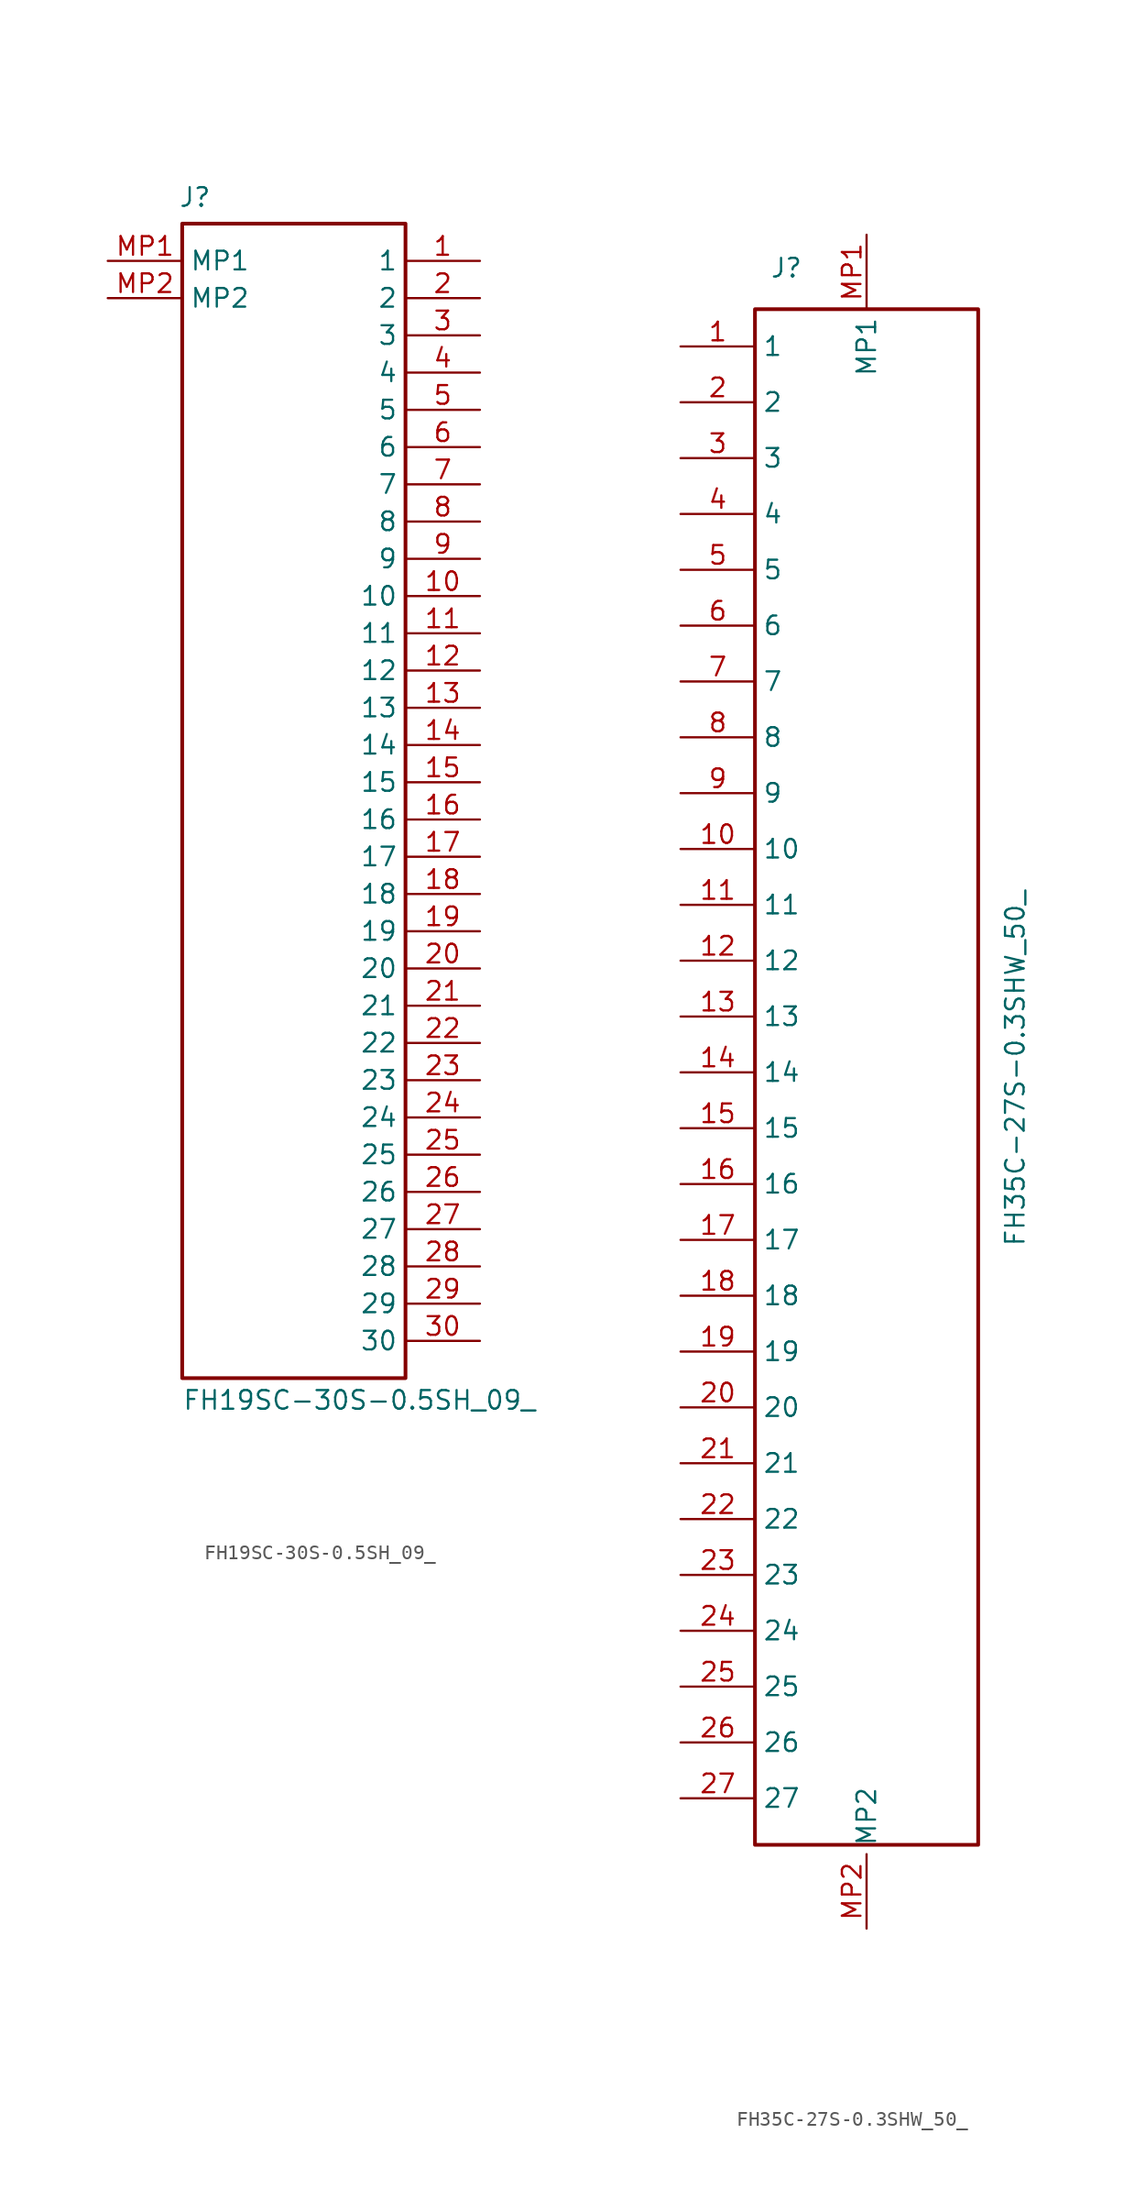
<source format=kicad_sym>
(kicad_symbol_lib
  (version 20241209)
  (generator "kicad_symbol_editor")
  (generator_version "9.0")
  (symbol "FH19SC-30S-0.5SH_09_"
    (property "Reference" "J"
      (at -7.874 41.91 0)
      (effects (font (size 1.27 1.27)) (justify left top)))
    (property "Value" "FH19SC-30S-0.5SH_09_"
      (at -7.62 -40.132 0)
      (effects (font (size 1.27 1.27)) (justify left top)))
    (symbol "FH19SC-30S-0.5SH_09__1_1"
      (rectangle (start -7.62 39.37) (end 7.62 -39.37) (stroke (width 0.254) (type default)) (fill (type none)))
      (pin passive line (at -12.7 36.83 0) (length 5.08) (name "MP1" (effects (font (size 1.27 1.27)))) (number "MP1" (effects (font (size 1.27 1.27)))))
      (pin passive line (at -12.7 34.29 0) (length 5.08) (name "MP2" (effects (font (size 1.27 1.27)))) (number "MP2" (effects (font (size 1.27 1.27)))))
      (pin passive line (at 12.7 36.83 180) (length 5.08) (name "1" (effects (font (size 1.27 1.27)))) (number "1" (effects (font (size 1.27 1.27)))))
      (pin passive line (at 12.7 34.29 180) (length 5.08) (name "2" (effects (font (size 1.27 1.27)))) (number "2" (effects (font (size 1.27 1.27)))))
      (pin passive line (at 12.7 31.75 180) (length 5.08) (name "3" (effects (font (size 1.27 1.27)))) (number "3" (effects (font (size 1.27 1.27)))))
      (pin passive line (at 12.7 29.21 180) (length 5.08) (name "4" (effects (font (size 1.27 1.27)))) (number "4" (effects (font (size 1.27 1.27)))))
      (pin passive line (at 12.7 26.67 180) (length 5.08) (name "5" (effects (font (size 1.27 1.27)))) (number "5" (effects (font (size 1.27 1.27)))))
      (pin passive line (at 12.7 24.13 180) (length 5.08) (name "6" (effects (font (size 1.27 1.27)))) (number "6" (effects (font (size 1.27 1.27)))))
      (pin passive line (at 12.7 21.59 180) (length 5.08) (name "7" (effects (font (size 1.27 1.27)))) (number "7" (effects (font (size 1.27 1.27)))))
      (pin passive line (at 12.7 19.05 180) (length 5.08) (name "8" (effects (font (size 1.27 1.27)))) (number "8" (effects (font (size 1.27 1.27)))))
      (pin passive line (at 12.7 16.51 180) (length 5.08) (name "9" (effects (font (size 1.27 1.27)))) (number "9" (effects (font (size 1.27 1.27)))))
      (pin passive line (at 12.7 13.97 180) (length 5.08) (name "10" (effects (font (size 1.27 1.27)))) (number "10" (effects (font (size 1.27 1.27)))))
      (pin passive line (at 12.7 11.43 180) (length 5.08) (name "11" (effects (font (size 1.27 1.27)))) (number "11" (effects (font (size 1.27 1.27)))))
      (pin passive line (at 12.7 8.89 180) (length 5.08) (name "12" (effects (font (size 1.27 1.27)))) (number "12" (effects (font (size 1.27 1.27)))))
      (pin passive line (at 12.7 6.35 180) (length 5.08) (name "13" (effects (font (size 1.27 1.27)))) (number "13" (effects (font (size 1.27 1.27)))))
      (pin passive line (at 12.7 3.81 180) (length 5.08) (name "14" (effects (font (size 1.27 1.27)))) (number "14" (effects (font (size 1.27 1.27)))))
      (pin passive line (at 12.7 1.27 180) (length 5.08) (name "15" (effects (font (size 1.27 1.27)))) (number "15" (effects (font (size 1.27 1.27)))))
      (pin passive line (at 12.7 -1.27 180) (length 5.08) (name "16" (effects (font (size 1.27 1.27)))) (number "16" (effects (font (size 1.27 1.27)))))
      (pin passive line (at 12.7 -3.81 180) (length 5.08) (name "17" (effects (font (size 1.27 1.27)))) (number "17" (effects (font (size 1.27 1.27)))))
      (pin passive line (at 12.7 -6.35 180) (length 5.08) (name "18" (effects (font (size 1.27 1.27)))) (number "18" (effects (font (size 1.27 1.27)))))
      (pin passive line (at 12.7 -8.89 180) (length 5.08) (name "19" (effects (font (size 1.27 1.27)))) (number "19" (effects (font (size 1.27 1.27)))))
      (pin passive line (at 12.7 -11.43 180) (length 5.08) (name "20" (effects (font (size 1.27 1.27)))) (number "20" (effects (font (size 1.27 1.27)))))
      (pin passive line (at 12.7 -13.97 180) (length 5.08) (name "21" (effects (font (size 1.27 1.27)))) (number "21" (effects (font (size 1.27 1.27)))))
      (pin passive line (at 12.7 -16.51 180) (length 5.08) (name "22" (effects (font (size 1.27 1.27)))) (number "22" (effects (font (size 1.27 1.27)))))
      (pin passive line (at 12.7 -19.05 180) (length 5.08) (name "23" (effects (font (size 1.27 1.27)))) (number "23" (effects (font (size 1.27 1.27)))))
      (pin passive line (at 12.7 -21.59 180) (length 5.08) (name "24" (effects (font (size 1.27 1.27)))) (number "24" (effects (font (size 1.27 1.27)))))
      (pin passive line (at 12.7 -24.13 180) (length 5.08) (name "25" (effects (font (size 1.27 1.27)))) (number "25" (effects (font (size 1.27 1.27)))))
      (pin passive line (at 12.7 -26.67 180) (length 5.08) (name "26" (effects (font (size 1.27 1.27)))) (number "26" (effects (font (size 1.27 1.27)))))
      (pin passive line (at 12.7 -29.21 180) (length 5.08) (name "27" (effects (font (size 1.27 1.27)))) (number "27" (effects (font (size 1.27 1.27)))))
      (pin passive line (at 12.7 -31.75 180) (length 5.08) (name "28" (effects (font (size 1.27 1.27)))) (number "28" (effects (font (size 1.27 1.27)))))
      (pin passive line (at 12.7 -34.29 180) (length 5.08) (name "29" (effects (font (size 1.27 1.27)))) (number "29" (effects (font (size 1.27 1.27)))))
      (pin passive line (at 12.7 -36.83 180) (length 5.08) (name "30" (effects (font (size 1.27 1.27)))) (number "30" (effects (font (size 1.27 1.27)))))))
  (symbol "FH35C-27S-0.3SHW_50_"
    (property "Reference" "J"
      (at -6.604 55.626 0)
      (effects (font (size 1.27 1.27)) (justify left top)))
    (property "Value" "FH35C-27S-0.3SHW_50_"
      (at 9.398 -11.938 90)
      (effects (font (size 1.27 1.27)) (justify left top)))
    (symbol "FH35C-27S-0.3SHW_50__1_1"
      (rectangle (start -7.62 52.07) (end 7.62 -52.705) (stroke (width 0.254) (type default)) (fill (type none)))
      (pin passive line (at -12.7 49.53 0) (length 5.08) (name "1" (effects (font (size 1.27 1.27)))) (number "1" (effects (font (size 1.27 1.27)))))
      (pin passive line (at -12.7 45.72 0) (length 5.08) (name "2" (effects (font (size 1.27 1.27)))) (number "2" (effects (font (size 1.27 1.27)))))
      (pin passive line (at -12.7 41.91 0) (length 5.08) (name "3" (effects (font (size 1.27 1.27)))) (number "3" (effects (font (size 1.27 1.27)))))
      (pin passive line (at -12.7 38.1 0) (length 5.08) (name "4" (effects (font (size 1.27 1.27)))) (number "4" (effects (font (size 1.27 1.27)))))
      (pin passive line (at -12.7 34.29 0) (length 5.08) (name "5" (effects (font (size 1.27 1.27)))) (number "5" (effects (font (size 1.27 1.27)))))
      (pin passive line (at -12.7 30.48 0) (length 5.08) (name "6" (effects (font (size 1.27 1.27)))) (number "6" (effects (font (size 1.27 1.27)))))
      (pin passive line (at -12.7 26.67 0) (length 5.08) (name "7" (effects (font (size 1.27 1.27)))) (number "7" (effects (font (size 1.27 1.27)))))
      (pin passive line (at -12.7 22.86 0) (length 5.08) (name "8" (effects (font (size 1.27 1.27)))) (number "8" (effects (font (size 1.27 1.27)))))
      (pin passive line (at -12.7 19.05 0) (length 5.08) (name "9" (effects (font (size 1.27 1.27)))) (number "9" (effects (font (size 1.27 1.27)))))
      (pin passive line (at -12.7 15.24 0) (length 5.08) (name "10" (effects (font (size 1.27 1.27)))) (number "10" (effects (font (size 1.27 1.27)))))
      (pin passive line (at -12.7 11.43 0) (length 5.08) (name "11" (effects (font (size 1.27 1.27)))) (number "11" (effects (font (size 1.27 1.27)))))
      (pin passive line (at -12.7 7.62 0) (length 5.08) (name "12" (effects (font (size 1.27 1.27)))) (number "12" (effects (font (size 1.27 1.27)))))
      (pin passive line (at -12.7 3.81 0) (length 5.08) (name "13" (effects (font (size 1.27 1.27)))) (number "13" (effects (font (size 1.27 1.27)))))
      (pin passive line (at -12.7 0 0) (length 5.08) (name "14" (effects (font (size 1.27 1.27)))) (number "14" (effects (font (size 1.27 1.27)))))
      (pin passive line (at -12.7 -3.81 0) (length 5.08) (name "15" (effects (font (size 1.27 1.27)))) (number "15" (effects (font (size 1.27 1.27)))))
      (pin passive line (at -12.7 -7.62 0) (length 5.08) (name "16" (effects (font (size 1.27 1.27)))) (number "16" (effects (font (size 1.27 1.27)))))
      (pin passive line (at -12.7 -11.43 0) (length 5.08) (name "17" (effects (font (size 1.27 1.27)))) (number "17" (effects (font (size 1.27 1.27)))))
      (pin passive line (at -12.7 -15.24 0) (length 5.08) (name "18" (effects (font (size 1.27 1.27)))) (number "18" (effects (font (size 1.27 1.27)))))
      (pin passive line (at -12.7 -19.05 0) (length 5.08) (name "19" (effects (font (size 1.27 1.27)))) (number "19" (effects (font (size 1.27 1.27)))))
      (pin passive line (at -12.7 -22.86 0) (length 5.08) (name "20" (effects (font (size 1.27 1.27)))) (number "20" (effects (font (size 1.27 1.27)))))
      (pin passive line (at -12.7 -26.67 0) (length 5.08) (name "21" (effects (font (size 1.27 1.27)))) (number "21" (effects (font (size 1.27 1.27)))))
      (pin passive line (at -12.7 -30.48 0) (length 5.08) (name "22" (effects (font (size 1.27 1.27)))) (number "22" (effects (font (size 1.27 1.27)))))
      (pin passive line (at -12.7 -34.29 0) (length 5.08) (name "23" (effects (font (size 1.27 1.27)))) (number "23" (effects (font (size 1.27 1.27)))))
      (pin passive line (at -12.7 -38.1 0) (length 5.08) (name "24" (effects (font (size 1.27 1.27)))) (number "24" (effects (font (size 1.27 1.27)))))
      (pin passive line (at -12.7 -41.91 0) (length 5.08) (name "25" (effects (font (size 1.27 1.27)))) (number "25" (effects (font (size 1.27 1.27)))))
      (pin passive line (at -12.7 -45.72 0) (length 5.08) (name "26" (effects (font (size 1.27 1.27)))) (number "26" (effects (font (size 1.27 1.27)))))
      (pin passive line (at -12.7 -49.53 0) (length 5.08) (name "27" (effects (font (size 1.27 1.27)))) (number "27" (effects (font (size 1.27 1.27)))))
      (pin passive line (at 0 57.15 270) (length 5.08) (name "MP1" (effects (font (size 1.27 1.27)))) (number "MP1" (effects (font (size 1.27 1.27)))))
      (pin passive line (at 0 -58.42 90) (length 5.08) (name "MP2" (effects (font (size 1.27 1.27)))) (number "MP2" (effects (font (size 1.27 1.27))))))))
</source>
